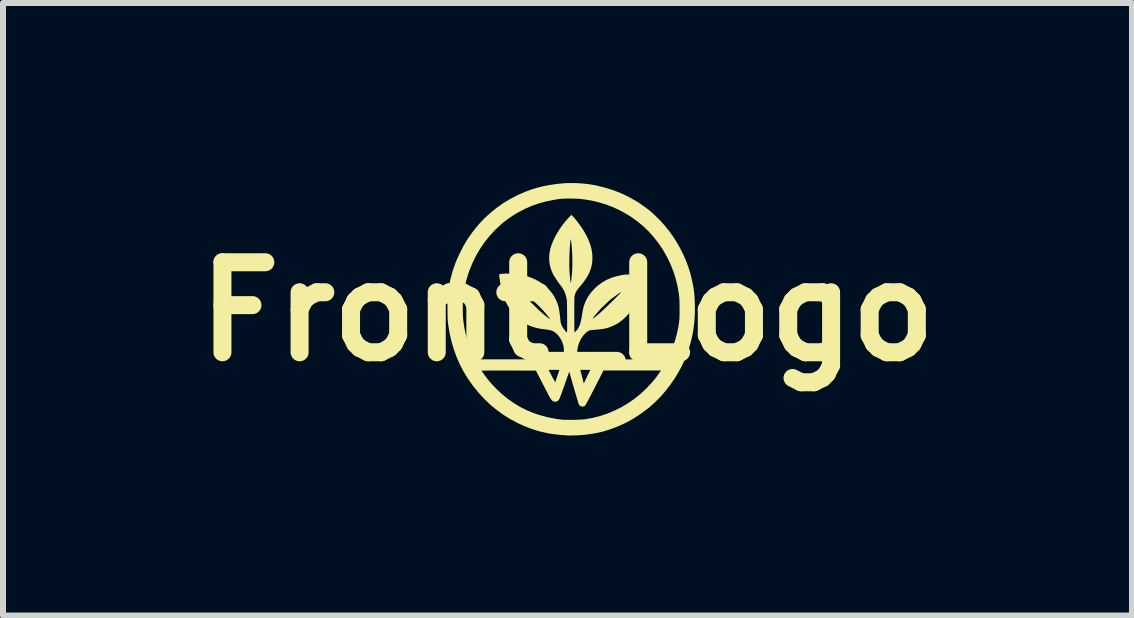
<source format=kicad_pcb>
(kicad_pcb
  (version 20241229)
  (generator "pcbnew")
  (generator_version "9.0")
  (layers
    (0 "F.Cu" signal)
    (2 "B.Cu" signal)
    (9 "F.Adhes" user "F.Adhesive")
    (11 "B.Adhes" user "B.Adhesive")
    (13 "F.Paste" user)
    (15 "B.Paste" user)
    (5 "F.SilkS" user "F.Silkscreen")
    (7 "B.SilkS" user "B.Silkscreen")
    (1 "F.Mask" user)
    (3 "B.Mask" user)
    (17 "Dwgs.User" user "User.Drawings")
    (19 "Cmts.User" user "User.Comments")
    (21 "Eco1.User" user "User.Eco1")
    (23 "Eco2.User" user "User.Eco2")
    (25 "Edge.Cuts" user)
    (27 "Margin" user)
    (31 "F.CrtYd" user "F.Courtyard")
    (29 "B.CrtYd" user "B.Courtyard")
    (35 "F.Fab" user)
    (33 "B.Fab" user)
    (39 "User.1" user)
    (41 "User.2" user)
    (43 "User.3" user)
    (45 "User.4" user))
  (footprint "Front_Logo"
    (layer "F.Cu")
    (at 6.407 2.142)
    (property "Reference" "Front_Logo" (at 0 0 0) (layer "F.SilkS") (effects (font (size 1.5 1.5) (thickness 0.3))))
    (attr board_only exclude_from_pos_files exclude_from_bom)
    (fp_poly (pts (xy 0.158 -2.14) (xy 0.263 -2.133) (xy 0.367 -2.121) (xy 0.466 -2.104) (xy 0.498 -2.097) (xy 0.636 -2.062) (xy 0.768 -2.02) (xy 0.894 -1.971) (xy 1.014 -1.914) (xy 1.13 -1.85) (xy 1.196 -1.808) (xy 1.223 -1.79) (xy 1.252 -1.769) (xy 1.283 -1.747) (xy 1.314 -1.725) (xy 1.342 -1.703) (xy 1.367 -1.684) (xy 1.385 -1.669) (xy 1.39 -1.665) (xy 1.403 -1.653) (xy 1.42 -1.638) (xy 1.435 -1.624) (xy 1.528 -1.535) (xy 1.617 -1.437) (xy 1.701 -1.332) (xy 1.76 -1.25) (xy 1.822 -1.152) (xy 1.88 -1.05) (xy 1.932 -0.945) (xy 1.978 -0.839) (xy 2.017 -0.733) (xy 2.049 -0.63) (xy 2.058 -0.591) (xy 2.073 -0.527) (xy 2.086 -0.47) (xy 2.096 -0.418) (xy 2.104 -0.369) (xy 2.11 -0.32) (xy 2.115 -0.27) (xy 2.118 -0.216) (xy 2.121 -0.157) (xy 2.123 -0.09) (xy 2.122 0.053) (xy 2.112 0.193) (xy 2.094 0.329) (xy 2.066 0.464) (xy 2.029 0.597) (xy 1.983 0.73) (xy 1.95 0.811) (xy 1.9 0.917) (xy 1.842 1.023) (xy 1.778 1.127) (xy 1.707 1.228) (xy 1.632 1.325) (xy 1.553 1.416) (xy 1.471 1.499) (xy 1.422 1.544) (xy 1.402 1.562) (xy 1.385 1.577) (xy 1.372 1.589) (xy 1.364 1.596) (xy 1.363 1.597) (xy 1.358 1.601) (xy 1.347 1.609) (xy 1.331 1.622) (xy 1.312 1.637) (xy 1.299 1.646) (xy 1.193 1.723) (xy 1.086 1.791) (xy 0.977 1.851) (xy 0.863 1.904) (xy 0.745 1.95) (xy 0.696 1.967) (xy 0.645 1.983) (xy 0.597 1.998) (xy 0.548 2.01) (xy 0.499 2.021) (xy 0.446 2.031) (xy 0.389 2.04) (xy 0.325 2.049) (xy 0.264 2.056) (xy 0.248 2.057) (xy 0.225 2.059) (xy 0.197 2.061) (xy 0.167 2.062) (xy 0.135 2.063) (xy 0.103 2.064) (xy 0.072 2.065) (xy 0.045 2.066) (xy 0.022 2.066) (xy 0.005 2.065) (xy -0.004 2.065) (xy -0.005 2.064) (xy -0.011 2.063) (xy -0.024 2.062) (xy -0.042 2.061) (xy -0.054 2.06) (xy -0.077 2.059) (xy -0.098 2.058) (xy -0.115 2.056) (xy -0.12 2.056) (xy -0.135 2.053) (xy -0.155 2.051) (xy -0.173 2.049) (xy -0.196 2.047) (xy -0.224 2.044) (xy -0.255 2.039) (xy -0.284 2.035) (xy -0.31 2.031) (xy -0.33 2.027) (xy -0.33 2.027) (xy -0.346 2.024) (xy -0.366 2.019) (xy -0.376 2.017) (xy -0.461 1.998) (xy -0.55 1.971) (xy -0.641 1.94) (xy -0.732 1.903) (xy -0.82 1.863) (xy -0.838 1.854) (xy -0.958 1.79) (xy -1.071 1.719) (xy -1.178 1.641) (xy -1.281 1.557) (xy -1.378 1.464) (xy -1.472 1.364) (xy -1.562 1.254) (xy -1.582 1.228) (xy -1.661 1.116) (xy -1.733 0.999) (xy -1.739 0.986) (xy -1.431 0.986) (xy -1.428 0.992) (xy -1.42 1.006) (xy -1.407 1.024) (xy -1.391 1.046) (xy -1.373 1.071) (xy -1.353 1.097) (xy -1.333 1.124) (xy -1.312 1.149) (xy -1.293 1.173) (xy -1.285 1.182) (xy -1.195 1.279) (xy -1.1 1.369) (xy -1 1.451) (xy -0.896 1.524) (xy -0.789 1.589) (xy -0.678 1.645) (xy -0.565 1.692) (xy -0.554 1.695) (xy -0.514 1.709) (xy -0.47 1.723) (xy -0.423 1.736) (xy -0.376 1.749) (xy -0.33 1.761) (xy -0.288 1.77) (xy -0.252 1.777) (xy -0.237 1.78) (xy -0.222 1.782) (xy -0.202 1.786) (xy -0.181 1.79) (xy -0.178 1.79) (xy -0.157 1.794) (xy -0.129 1.797) (xy -0.1 1.8) (xy -0.081 1.802) (xy -0.052 1.804) (xy -0.016 1.804) (xy 0.025 1.805) (xy 0.069 1.805) (xy 0.114 1.804) (xy 0.158 1.803) (xy 0.2 1.801) (xy 0.238 1.799) (xy 0.269 1.797) (xy 0.29 1.795) (xy 0.416 1.773) (xy 0.54 1.742) (xy 0.662 1.701) (xy 0.781 1.652) (xy 0.896 1.595) (xy 1.007 1.529) (xy 1.113 1.456) (xy 1.213 1.376) (xy 1.308 1.288) (xy 1.396 1.194) (xy 1.396 1.194) (xy 1.412 1.176) (xy 1.425 1.16) (xy 1.435 1.149) (xy 1.44 1.143) (xy 1.441 1.143) (xy 1.447 1.136) (xy 1.457 1.122) (xy 1.471 1.104) (xy 1.486 1.084) (xy 1.502 1.062) (xy 1.518 1.04) (xy 1.525 1.029) (xy 1.558 0.982) (xy 1.078 0.982) (xy 0.598 0.982) (xy 0.573 1.034) (xy 0.562 1.056) (xy 0.548 1.084) (xy 0.532 1.115) (xy 0.515 1.148) (xy 0.503 1.172) (xy 0.486 1.205) (xy 0.467 1.242) (xy 0.448 1.279) (xy 0.431 1.312) (xy 0.421 1.331) (xy 0.396 1.381) (xy 0.372 1.426) (xy 0.351 1.466) (xy 0.333 1.501) (xy 0.317 1.529) (xy 0.305 1.55) (xy 0.297 1.564) (xy 0.293 1.568) (xy 0.276 1.579) (xy 0.255 1.583) (xy 0.232 1.582) (xy 0.213 1.575) (xy 0.212 1.574) (xy 0.199 1.561) (xy 0.187 1.541) (xy 0.178 1.516) (xy 0.177 1.514) (xy 0.173 1.502) (xy 0.168 1.481) (xy 0.16 1.455) (xy 0.151 1.423) (xy 0.141 1.389) (xy 0.13 1.352) (xy 0.119 1.315) (xy 0.108 1.279) (xy 0.099 1.245) (xy 0.093 1.226) (xy 0.083 1.193) (xy 0.073 1.156) (xy 0.063 1.12) (xy 0.054 1.089) (xy 0.051 1.079) (xy 0.045 1.055) (xy 0.039 1.033) (xy 0.034 1.017) (xy 0.031 1.007) (xy 0.031 1.006) (xy 0.029 1.008) (xy 0.024 1.018) (xy 0.017 1.035) (xy 0.009 1.058) (xy -0.001 1.085) (xy -0.003 1.092) (xy -0.02 1.14) (xy -0.037 1.188) (xy -0.053 1.236) (xy -0.07 1.282) (xy -0.085 1.324) (xy -0.099 1.363) (xy -0.111 1.396) (xy -0.121 1.422) (xy -0.129 1.441) (xy -0.132 1.448) (xy -0.147 1.475) (xy -0.166 1.493) (xy -0.188 1.502) (xy -0.214 1.502) (xy -0.218 1.502) (xy -0.237 1.496) (xy -0.254 1.484) (xy -0.272 1.466) (xy -0.29 1.439) (xy -0.309 1.405) (xy -0.316 1.392) (xy -0.326 1.371) (xy -0.34 1.343) (xy -0.357 1.311) (xy -0.376 1.275) (xy -0.395 1.238) (xy -0.414 1.202) (xy -0.414 1.201) (xy -0.432 1.166) (xy -0.45 1.131) (xy -0.467 1.099) (xy -0.482 1.07) (xy -0.495 1.046) (xy -0.503 1.029) (xy -0.504 1.028) (xy -0.527 0.984) (xy -0.979 0.983) (xy -1.044 0.983) (xy -1.107 0.983) (xy -1.166 0.983) (xy -1.221 0.983) (xy -1.271 0.983) (xy -1.316 0.983) (xy -1.354 0.984) (xy -1.385 0.984) (xy -1.409 0.984) (xy -1.424 0.985) (xy -1.431 0.986) (xy -1.431 0.986) (xy -1.739 0.986) (xy -1.796 0.876) (xy -1.852 0.748) (xy -1.899 0.615) (xy -1.938 0.479) (xy -1.969 0.34) (xy -1.991 0.197) (xy -1.993 0.173) (xy -1.996 0.147) (xy -1.997 0.112) (xy -1.999 0.069) (xy -1.999 0.018) (xy -2 -0.04) (xy -1.746 -0.04) (xy -1.743 0.076) (xy -1.736 0.151) (xy -1.72 0.264) (xy -1.696 0.378) (xy -1.666 0.49) (xy -1.629 0.599) (xy -1.586 0.703) (xy -1.556 0.766) (xy -1.541 0.796) (xy -0.993 0.796) (xy -0.444 0.796) (xy -0.422 0.806) (xy -0.406 0.816) (xy -0.393 0.828) (xy -0.389 0.832) (xy -0.384 0.84) (xy -0.375 0.855) (xy -0.364 0.877) (xy -0.349 0.905) (xy -0.332 0.937) (xy -0.314 0.972) (xy -0.295 1.01) (xy -0.292 1.014) (xy -0.273 1.052) (xy -0.255 1.087) (xy -0.239 1.117) (xy -0.226 1.141) (xy -0.215 1.16) (xy -0.208 1.172) (xy -0.204 1.175) (xy -0.204 1.175) (xy -0.201 1.168) (xy -0.196 1.153) (xy -0.188 1.131) (xy -0.179 1.103) (xy -0.168 1.071) (xy -0.156 1.036) (xy -0.144 0.999) (xy -0.131 0.961) (xy -0.119 0.924) (xy -0.107 0.889) (xy -0.097 0.857) (xy -0.088 0.829) (xy -0.081 0.806) (xy -0.076 0.791) (xy -0.075 0.787) (xy -0.067 0.747) (xy -0.062 0.704) (xy -0.06 0.66) (xy -0.061 0.618) (xy -0.065 0.582) (xy -0.065 0.58) (xy -0.081 0.523) (xy -0.106 0.469) (xy -0.139 0.417) (xy -0.172 0.378) (xy -0.2 0.353) (xy -0.231 0.332) (xy -0.266 0.317) (xy -0.308 0.306) (xy -0.358 0.298) (xy -0.359 0.298) (xy -0.391 0.294) (xy -0.416 0.291) (xy -0.434 0.289) (xy -0.449 0.287) (xy -0.462 0.285) (xy -0.475 0.282) (xy -0.486 0.28) (xy -0.565 0.26) (xy -0.639 0.233) (xy -0.707 0.199) (xy -0.772 0.156) (xy -0.833 0.105) (xy -0.892 0.046) (xy -0.914 0.02) (xy -0.96 -0.041) (xy -1 -0.106) (xy -1.035 -0.176) (xy -1.065 -0.253) (xy -1.091 -0.337) (xy -1.092 -0.343) (xy -0.791 -0.343) (xy -0.788 -0.338) (xy -0.778 -0.327) (xy -0.763 -0.311) (xy -0.744 -0.29) (xy -0.721 -0.266) (xy -0.695 -0.24) (xy -0.666 -0.211) (xy -0.637 -0.181) (xy -0.607 -0.151) (xy -0.577 -0.122) (xy -0.549 -0.094) (xy -0.522 -0.068) (xy -0.498 -0.045) (xy -0.478 -0.025) (xy -0.462 -0.011) (xy -0.462 -0.011) (xy -0.431 0.017) (xy -0.406 0.038) (xy -0.386 0.056) (xy -0.367 0.071) (xy -0.35 0.085) (xy -0.332 0.099) (xy -0.325 0.105) (xy -0.307 0.117) (xy -0.295 0.125) (xy -0.289 0.127) (xy -0.29 0.123) (xy -0.292 0.121) (xy -0.342 0.056) (xy -0.391 -0.001) (xy -0.439 -0.054) (xy -0.488 -0.104) (xy -0.54 -0.152) (xy -0.567 -0.175) (xy -0.595 -0.199) (xy -0.624 -0.223) (xy -0.654 -0.247) (xy -0.683 -0.27) (xy -0.71 -0.291) (xy -0.735 -0.309) (xy -0.757 -0.324) (xy -0.774 -0.336) (xy -0.786 -0.342) (xy -0.791 -0.343) (xy -0.791 -0.343) (xy -1.092 -0.343) (xy -1.105 -0.398) (xy -1.111 -0.425) (xy -1.117 -0.456) (xy -1.122 -0.487) (xy -1.127 -0.519) (xy -1.131 -0.549) (xy -1.135 -0.576) (xy -1.137 -0.598) (xy -1.138 -0.614) (xy -1.137 -0.622) (xy -1.137 -0.623) (xy -1.131 -0.624) (xy -1.118 -0.626) (xy -1.098 -0.628) (xy -1.074 -0.63) (xy -1.065 -0.631) (xy -1.037 -0.632) (xy -1.004 -0.633) (xy -0.967 -0.632) (xy -0.93 -0.631) (xy -0.894 -0.63) (xy -0.861 -0.628) (xy -0.834 -0.625) (xy -0.818 -0.623) (xy -0.738 -0.606) (xy -0.667 -0.586) (xy -0.601 -0.563) (xy -0.54 -0.536) (xy -0.482 -0.505) (xy -0.445 -0.481) (xy -0.376 -0.431) (xy -0.316 -0.375) (xy -0.263 -0.314) (xy -0.219 -0.248) (xy -0.184 -0.178) (xy -0.157 -0.103) (xy -0.151 -0.083) (xy -0.146 -0.063) (xy -0.142 -0.041) (xy -0.138 -0.017) (xy -0.134 0.011) (xy -0.129 0.045) (xy -0.124 0.086) (xy -0.122 0.11) (xy -0.118 0.141) (xy -0.115 0.165) (xy -0.113 0.183) (xy -0.109 0.198) (xy -0.105 0.211) (xy -0.099 0.224) (xy -0.092 0.24) (xy -0.09 0.242) (xy -0.079 0.263) (xy -0.066 0.284) (xy -0.051 0.304) (xy -0.037 0.322) (xy -0.024 0.337) (xy -0.013 0.345) (xy -0.009 0.347) (xy -0.008 0.342) (xy -0.007 0.328) (xy -0.006 0.304) (xy -0.006 0.271) (xy -0.006 0.229) (xy -0.006 0.179) (xy -0.006 0.12) (xy -0.006 0.079) (xy -0.007 0.021) (xy -0.007 -0.028) (xy -0.008 -0.069) (xy -0.008 -0.103) (xy -0.009 -0.131) (xy -0.009 -0.153) (xy -0.01 -0.172) (xy -0.011 -0.187) (xy -0.013 -0.199) (xy -0.014 -0.21) (xy -0.016 -0.22) (xy -0.019 -0.231) (xy -0.021 -0.239) (xy -0.031 -0.277) (xy -0.042 -0.311) (xy -0.055 -0.342) (xy -0.072 -0.373) (xy -0.093 -0.406) (xy -0.119 -0.442) (xy -0.137 -0.466) (xy -0.178 -0.523) (xy -0.212 -0.575) (xy -0.24 -0.623) (xy -0.262 -0.67) (xy -0.279 -0.717) (xy -0.292 -0.765) (xy -0.294 -0.776) (xy 0.03 -0.776) (xy 0.033 -0.687) (xy 0.038 -0.607) (xy 0.045 -0.536) (xy 0.049 -0.51) (xy 0.052 -0.494) (xy 0.054 -0.481) (xy 0.054 -0.476) (xy 0.055 -0.475) (xy 0.057 -0.482) (xy 0.06 -0.497) (xy 0.062 -0.517) (xy 0.065 -0.542) (xy 0.068 -0.57) (xy 0.071 -0.601) (xy 0.074 -0.632) (xy 0.076 -0.663) (xy 0.078 -0.693) (xy 0.079 -0.703) (xy 0.081 -0.773) (xy 0.081 -0.849) (xy 0.08 -0.928) (xy 0.076 -1.006) (xy 0.071 -1.081) (xy 0.066 -1.131) (xy 0.063 -1.155) (xy 0.061 -1.176) (xy 0.059 -1.192) (xy 0.059 -1.2) (xy 0.059 -1.201) (xy 0.057 -1.206) (xy 0.056 -1.205) (xy 0.053 -1.198) (xy 0.05 -1.182) (xy 0.047 -1.158) (xy 0.044 -1.129) (xy 0.041 -1.094) (xy 0.038 -1.055) (xy 0.036 -1.013) (xy 0.034 -0.97) (xy 0.032 -0.926) (xy 0.031 -0.883) (xy 0.031 -0.874) (xy 0.03 -0.776) (xy -0.294 -0.776) (xy -0.3 -0.816) (xy -0.303 -0.84) (xy -0.306 -0.904) (xy -0.301 -0.968) (xy -0.289 -1.035) (xy -0.288 -1.039) (xy -0.269 -1.103) (xy -0.242 -1.171) (xy -0.209 -1.241) (xy -0.17 -1.312) (xy -0.126 -1.382) (xy -0.077 -1.45) (xy -0.025 -1.515) (xy 0.024 -1.569) (xy 0.066 -1.613) (xy 0.094 -1.582) (xy 0.123 -1.549) (xy 0.154 -1.511) (xy 0.185 -1.47) (xy 0.215 -1.43) (xy 0.238 -1.397) (xy 0.285 -1.322) (xy 0.324 -1.25) (xy 0.356 -1.179) (xy 0.382 -1.108) (xy 0.399 -1.046) (xy 0.407 -1.003) (xy 0.413 -0.954) (xy 0.415 -0.904) (xy 0.414 -0.854) (xy 0.41 -0.809) (xy 0.408 -0.793) (xy 0.393 -0.728) (xy 0.371 -0.666) (xy 0.343 -0.606) (xy 0.307 -0.546) (xy 0.263 -0.485) (xy 0.242 -0.459) (xy 0.212 -0.423) (xy 0.187 -0.393) (xy 0.168 -0.367) (xy 0.153 -0.346) (xy 0.142 -0.327) (xy 0.133 -0.31) (xy 0.127 -0.293) (xy 0.122 -0.275) (xy 0.118 -0.255) (xy 0.117 -0.249) (xy 0.116 -0.236) (xy 0.115 -0.213) (xy 0.114 -0.181) (xy 0.114 -0.139) (xy 0.113 -0.089) (xy 0.113 -0.029) (xy 0.113 0.039) (xy 0.113 0.066) (xy 0.115 0.349) (xy 0.139 0.326) (xy 0.163 0.301) (xy 0.183 0.271) (xy 0.2 0.236) (xy 0.214 0.194) (xy 0.226 0.145) (xy 0.232 0.116) (xy 0.421 0.116) (xy 0.425 0.116) (xy 0.436 0.109) (xy 0.454 0.095) (xy 0.468 0.085) (xy 0.487 0.069) (xy 0.511 0.049) (xy 0.537 0.027) (xy 0.561 0.005) (xy 0.569 -0.002) (xy 0.589 -0.02) (xy 0.613 -0.043) (xy 0.641 -0.07) (xy 0.671 -0.098) (xy 0.702 -0.129) (xy 0.734 -0.159) (xy 0.765 -0.19) (xy 0.794 -0.219) (xy 0.821 -0.245) (xy 0.844 -0.269) (xy 0.863 -0.288) (xy 0.877 -0.301) (xy 0.882 -0.307) (xy 0.901 -0.329) (xy 0.882 -0.317) (xy 0.86 -0.304) (xy 0.833 -0.285) (xy 0.803 -0.264) (xy 0.773 -0.242) (xy 0.744 -0.221) (xy 0.719 -0.202) (xy 0.706 -0.191) (xy 0.659 -0.148) (xy 0.61 -0.102) (xy 0.562 -0.054) (xy 0.517 -0.005) (xy 0.477 0.041) (xy 0.447 0.078) (xy 0.433 0.097) (xy 0.424 0.11) (xy 0.421 0.116) (xy 0.232 0.116) (xy 0.237 0.088) (xy 0.237 0.085) (xy 0.244 0.041) (xy 0.25 0.005) (xy 0.256 -0.025) (xy 0.261 -0.051) (xy 0.267 -0.074) (xy 0.274 -0.097) (xy 0.276 -0.105) (xy 0.305 -0.179) (xy 0.343 -0.249) (xy 0.39 -0.315) (xy 0.444 -0.376) (xy 0.506 -0.433) (xy 0.575 -0.483) (xy 0.642 -0.523) (xy 0.696 -0.548) (xy 0.757 -0.571) (xy 0.823 -0.59) (xy 0.891 -0.605) (xy 0.935 -0.613) (xy 0.956 -0.615) (xy 0.983 -0.617) (xy 1.014 -0.618) (xy 1.048 -0.618) (xy 1.084 -0.619) (xy 1.119 -0.618) (xy 1.154 -0.618) (xy 1.186 -0.617) (xy 1.214 -0.615) (xy 1.236 -0.613) (xy 1.252 -0.611) (xy 1.259 -0.609) (xy 1.259 -0.603) (xy 1.258 -0.589) (xy 1.256 -0.569) (xy 1.252 -0.543) (xy 1.248 -0.515) (xy 1.243 -0.485) (xy 1.238 -0.456) (xy 1.233 -0.427) (xy 1.227 -0.403) (xy 1.226 -0.396) (xy 1.2 -0.3) (xy 1.167 -0.21) (xy 1.128 -0.126) (xy 1.083 -0.049) (xy 1.033 0.022) (xy 0.976 0.085) (xy 0.915 0.141) (xy 0.849 0.19) (xy 0.778 0.229) (xy 0.73 0.25) (xy 0.693 0.264) (xy 0.658 0.275) (xy 0.621 0.284) (xy 0.582 0.291) (xy 0.537 0.297) (xy 0.485 0.301) (xy 0.464 0.303) (xy 0.436 0.305) (xy 0.411 0.307) (xy 0.389 0.31) (xy 0.374 0.312) (xy 0.37 0.313) (xy 0.347 0.323) (xy 0.322 0.34) (xy 0.296 0.364) (xy 0.27 0.392) (xy 0.245 0.424) (xy 0.224 0.458) (xy 0.22 0.465) (xy 0.194 0.521) (xy 0.176 0.576) (xy 0.165 0.633) (xy 0.161 0.693) (xy 0.166 0.756) (xy 0.177 0.824) (xy 0.184 0.857) (xy 0.193 0.893) (xy 0.203 0.931) (xy 0.213 0.97) (xy 0.223 1.009) (xy 0.233 1.048) (xy 0.242 1.084) (xy 0.251 1.117) (xy 0.258 1.146) (xy 0.264 1.17) (xy 0.269 1.186) (xy 0.272 1.195) (xy 0.272 1.196) (xy 0.275 1.192) (xy 0.28 1.181) (xy 0.287 1.166) (xy 0.289 1.161) (xy 0.295 1.148) (xy 0.305 1.128) (xy 0.318 1.101) (xy 0.333 1.07) (xy 0.35 1.036) (xy 0.368 0.999) (xy 0.379 0.976) (xy 0.4 0.935) (xy 0.417 0.901) (xy 0.431 0.874) (xy 0.442 0.854) (xy 0.451 0.838) (xy 0.458 0.827) (xy 0.465 0.819) (xy 0.47 0.814) (xy 0.472 0.812) (xy 0.49 0.798) (xy 1.078 0.797) (xy 1.665 0.796) (xy 1.684 0.758) (xy 1.727 0.664) (xy 1.766 0.563) (xy 1.8 0.457) (xy 1.828 0.349) (xy 1.85 0.242) (xy 1.857 0.195) (xy 1.86 0.172) (xy 1.862 0.151) (xy 1.864 0.13) (xy 1.866 0.108) (xy 1.867 0.084) (xy 1.867 0.056) (xy 1.868 0.022) (xy 1.868 -0.019) (xy 1.868 -0.051) (xy 1.867 -0.099) (xy 1.867 -0.138) (xy 1.866 -0.171) (xy 1.865 -0.198) (xy 1.864 -0.221) (xy 1.862 -0.242) (xy 1.86 -0.263) (xy 1.857 -0.283) (xy 1.857 -0.288) (xy 1.84 -0.388) (xy 1.82 -0.481) (xy 1.797 -0.568) (xy 1.771 -0.651) (xy 1.766 -0.664) (xy 1.717 -0.79) (xy 1.659 -0.91) (xy 1.594 -1.024) (xy 1.521 -1.133) (xy 1.441 -1.236) (xy 1.355 -1.333) (xy 1.261 -1.423) (xy 1.162 -1.505) (xy 1.056 -1.581) (xy 0.945 -1.648) (xy 0.862 -1.692) (xy 0.75 -1.743) (xy 0.639 -1.785) (xy 0.528 -1.819) (xy 0.42 -1.845) (xy 0.415 -1.845) (xy 0.398 -1.849) (xy 0.382 -1.852) (xy 0.376 -1.853) (xy 0.363 -1.856) (xy 0.342 -1.859) (xy 0.317 -1.863) (xy 0.29 -1.867) (xy 0.262 -1.871) (xy 0.238 -1.874) (xy 0.219 -1.877) (xy 0.212 -1.877) (xy 0.172 -1.88) (xy 0.126 -1.882) (xy 0.078 -1.883) (xy 0.029 -1.883) (xy -0.019 -1.883) (xy -0.064 -1.881) (xy -0.105 -1.879) (xy -0.139 -1.876) (xy -0.157 -1.873) (xy -0.166 -1.871) (xy -0.183 -1.869) (xy -0.204 -1.865) (xy -0.228 -1.861) (xy -0.354 -1.836) (xy -0.473 -1.804) (xy -0.588 -1.764) (xy -0.698 -1.717) (xy -0.805 -1.662) (xy -0.861 -1.63) (xy -0.908 -1.601) (xy -0.957 -1.568) (xy -1.005 -1.534) (xy -1.05 -1.5) (xy -1.089 -1.469) (xy -1.101 -1.458) (xy -1.201 -1.365) (xy -1.293 -1.266) (xy -1.377 -1.162) (xy -1.453 -1.052) (xy -1.521 -0.937) (xy -1.581 -0.815) (xy -1.633 -0.688) (xy -1.66 -0.61) (xy -1.691 -0.503) (xy -1.715 -0.391) (xy -1.732 -0.275) (xy -1.743 -0.158) (xy -1.746 -0.04) (xy -2 -0.04) (xy -2 -0.04) (xy -2 -0.059) (xy -2 -0.117) (xy -1.999 -0.167) (xy -1.998 -0.21) (xy -1.996 -0.249) (xy -1.994 -0.283) (xy -1.99 -0.316) (xy -1.986 -0.348) (xy -1.981 -0.381) (xy -1.98 -0.388) (xy -1.976 -0.41) (xy -1.973 -0.429) (xy -1.971 -0.443) (xy -1.97 -0.447) (xy -1.964 -0.477) (xy -1.956 -0.515) (xy -1.946 -0.557) (xy -1.934 -0.601) (xy -1.922 -0.646) (xy -1.909 -0.689) (xy -1.897 -0.725) (xy -1.865 -0.815) (xy -1.826 -0.907) (xy -1.781 -1.001) (xy -1.733 -1.093) (xy -1.682 -1.181) (xy -1.653 -1.226) (xy -1.573 -1.338) (xy -1.486 -1.445) (xy -1.392 -1.546) (xy -1.291 -1.639) (xy -1.184 -1.726) (xy -1.072 -1.806) (xy -0.954 -1.877) (xy -0.831 -1.941) (xy -0.705 -1.996) (xy -0.588 -2.038) (xy -0.533 -2.055) (xy -0.479 -2.07) (xy -0.424 -2.084) (xy -0.368 -2.096) (xy -0.308 -2.107) (xy -0.243 -2.117) (xy -0.17 -2.127) (xy -0.144 -2.13) (xy -0.048 -2.139) (xy 0.053 -2.142)) (stroke (width 0) (type solid)) (fill yes) (layer "F.SilkS")))
  (gr_rect
    (start -3 -3)
    (end 15.814 7.208)
    (stroke (width 0.1) (type default))
    (fill no)
    (layer "Edge.Cuts")))
</source>
